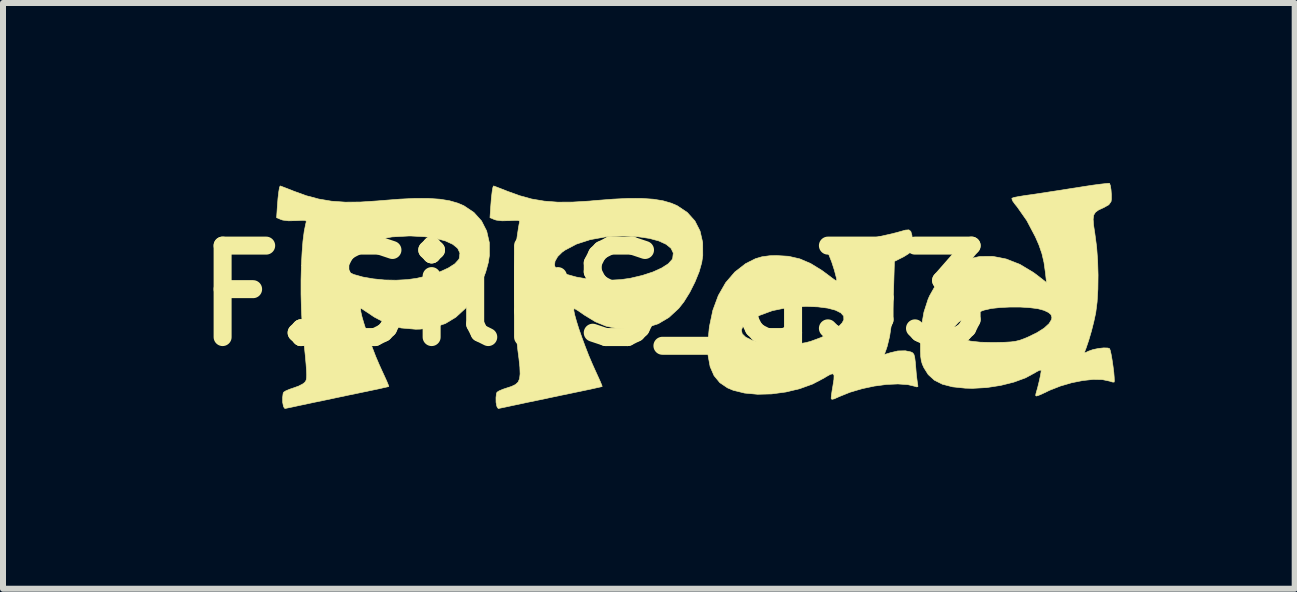
<source format=kicad_pcb>
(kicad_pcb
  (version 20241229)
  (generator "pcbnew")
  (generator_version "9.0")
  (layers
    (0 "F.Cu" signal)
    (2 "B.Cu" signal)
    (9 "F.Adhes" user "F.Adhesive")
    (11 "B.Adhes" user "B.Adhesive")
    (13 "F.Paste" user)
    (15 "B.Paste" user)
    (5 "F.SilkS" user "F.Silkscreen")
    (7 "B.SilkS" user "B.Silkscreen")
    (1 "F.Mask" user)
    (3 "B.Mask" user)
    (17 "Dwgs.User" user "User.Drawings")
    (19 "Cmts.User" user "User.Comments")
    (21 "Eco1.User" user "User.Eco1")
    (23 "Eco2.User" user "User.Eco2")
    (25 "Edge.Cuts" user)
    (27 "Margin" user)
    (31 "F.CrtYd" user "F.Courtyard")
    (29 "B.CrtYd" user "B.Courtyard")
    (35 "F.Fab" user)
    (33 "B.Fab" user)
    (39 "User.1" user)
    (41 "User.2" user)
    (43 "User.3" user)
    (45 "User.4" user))
  (footprint "F.SilkS_g33"
    (layer "F.Cu")
    (at 6.865 1.878)
    (property "Reference" "F.SilkS_g33" (at 0 0 0) (layer "F.SilkS") (effects (font (size 1.524 1.524) (thickness 0.3))))
    (attr through_hole)
    (fp_poly (pts (xy 5.264 -1.072) (xy 5.282 -1.011) (xy 5.292 -0.936) (xy 5.298 -0.831) (xy 5.281 -0.758) (xy 5.232 -0.703) (xy 5.145 -0.649) (xy 5.131 -0.642) (xy 4.991 -0.572) (xy 4.976 -0.064) (xy 4.962 0.229) (xy 4.941 0.475) (xy 4.911 0.678) (xy 4.872 0.84) (xy 4.85 0.906) (xy 4.832 0.955) (xy 4.826 0.977) (xy 4.847 0.974) (xy 4.9 0.958) (xy 4.921 0.951) (xy 5.047 0.921) (xy 5.173 0.918) (xy 5.266 0.938) (xy 5.296 0.953) (xy 5.316 0.979) (xy 5.329 1.026) (xy 5.339 1.105) (xy 5.346 1.186) (xy 5.355 1.295) (xy 5.366 1.391) (xy 5.375 1.458) (xy 5.378 1.471) (xy 5.383 1.514) (xy 5.362 1.52) (xy 5.344 1.513) (xy 5.214 1.482) (xy 5.049 1.471) (xy 4.86 1.479) (xy 4.657 1.506) (xy 4.45 1.55) (xy 4.251 1.609) (xy 4.07 1.682) (xy 4.059 1.687) (xy 3.988 1.719) (xy 3.95 1.727) (xy 3.938 1.714) (xy 3.937 1.707) (xy 3.941 1.662) (xy 3.952 1.586) (xy 3.965 1.509) (xy 3.983 1.396) (xy 3.985 1.328) (xy 3.967 1.301) (xy 3.925 1.31) (xy 3.853 1.35) (xy 3.818 1.372) (xy 3.628 1.472) (xy 3.412 1.55) (xy 3.181 1.605) (xy 2.944 1.637) (xy 2.712 1.643) (xy 2.495 1.623) (xy 2.304 1.576) (xy 2.209 1.536) (xy 2.081 1.449) (xy 1.985 1.332) (xy 1.92 1.183) (xy 1.886 0.999) (xy 1.882 0.777) (xy 1.902 0.572) (xy 2.44 0.572) (xy 2.455 0.636) (xy 2.513 0.692) (xy 2.612 0.74) (xy 2.751 0.777) (xy 2.927 0.801) (xy 3.139 0.811) (xy 3.141 0.811) (xy 3.295 0.809) (xy 3.416 0.799) (xy 3.521 0.781) (xy 3.598 0.76) (xy 3.771 0.696) (xy 3.921 0.621) (xy 4.04 0.538) (xy 4.12 0.453) (xy 4.148 0.401) (xy 4.146 0.34) (xy 4.098 0.286) (xy 4.008 0.241) (xy 3.88 0.207) (xy 3.718 0.186) (xy 3.525 0.178) (xy 3.517 0.178) (xy 3.222 0.195) (xy 2.954 0.25) (xy 2.705 0.342) (xy 2.673 0.358) (xy 2.547 0.431) (xy 2.47 0.504) (xy 2.44 0.572) (xy 1.902 0.572) (xy 1.907 0.52) (xy 1.965 0.244) (xy 2.056 -0.002) (xy 2.179 -0.217) (xy 2.332 -0.395) (xy 2.511 -0.534) (xy 2.674 -0.616) (xy 2.785 -0.649) (xy 2.914 -0.666) (xy 3.023 -0.669) (xy 3.226 -0.657) (xy 3.413 -0.614) (xy 3.594 -0.537) (xy 3.781 -0.422) (xy 3.872 -0.355) (xy 3.954 -0.293) (xy 4.002 -0.259) (xy 4.025 -0.251) (xy 4.03 -0.266) (xy 4.024 -0.297) (xy 3.99 -0.427) (xy 3.946 -0.563) (xy 3.899 -0.682) (xy 3.882 -0.718) (xy 3.857 -0.772) (xy 3.852 -0.805) (xy 3.876 -0.825) (xy 3.936 -0.839) (xy 4.026 -0.851) (xy 4.134 -0.867) (xy 4.275 -0.892) (xy 4.435 -0.922) (xy 4.602 -0.956) (xy 4.764 -0.99) (xy 4.91 -1.023) (xy 5.025 -1.051) (xy 5.079 -1.066) (xy 5.174 -1.093) (xy 5.232 -1.097) (xy 5.264 -1.072)) (stroke (width 0.01) (type solid)) (fill yes) (layer "F.SilkS"))
    (fp_poly (pts (xy -1.663 -1.82) (xy -1.601 -1.796) (xy -1.513 -1.762) (xy -1.466 -1.743) (xy -1.256 -1.667) (xy -1.053 -1.611) (xy -0.844 -1.576) (xy -0.622 -1.559) (xy -0.374 -1.56) (xy -0.09 -1.577) (xy -0.005 -1.585) (xy 0.301 -1.609) (xy 0.562 -1.622) (xy 0.785 -1.621) (xy 0.974 -1.608) (xy 1.134 -1.582) (xy 1.272 -1.542) (xy 1.372 -1.499) (xy 1.539 -1.387) (xy 1.666 -1.246) (xy 1.752 -1.077) (xy 1.796 -0.884) (xy 1.797 -0.669) (xy 1.78 -0.553) (xy 1.737 -0.4) (xy 1.667 -0.228) (xy 1.58 -0.055) (xy 1.483 0.101) (xy 1.397 0.211) (xy 1.234 0.361) (xy 1.056 0.467) (xy 0.857 0.532) (xy 0.629 0.558) (xy 0.573 0.558) (xy 0.366 0.546) (xy 0.184 0.507) (xy 0.009 0.435) (xy -0.172 0.325) (xy -0.215 0.295) (xy -0.282 0.249) (xy -0.331 0.22) (xy -0.349 0.214) (xy -0.352 0.248) (xy -0.337 0.321) (xy -0.308 0.425) (xy -0.268 0.553) (xy -0.218 0.696) (xy -0.162 0.847) (xy -0.103 0.999) (xy -0.042 1.142) (xy 0.003 1.242) (xy 0.051 1.347) (xy 0.09 1.433) (xy 0.114 1.492) (xy 0.121 1.513) (xy 0.095 1.52) (xy 0.027 1.535) (xy -0.075 1.558) (xy -0.205 1.585) (xy -0.353 1.616) (xy -0.381 1.622) (xy -0.566 1.66) (xy -0.764 1.702) (xy -0.958 1.743) (xy -1.133 1.779) (xy -1.239 1.802) (xy -1.368 1.829) (xy -1.478 1.853) (xy -1.56 1.87) (xy -1.605 1.879) (xy -1.611 1.88) (xy -1.627 1.86) (xy -1.636 1.839) (xy -1.648 1.777) (xy -1.649 1.699) (xy -1.641 1.632) (xy -1.632 1.609) (xy -1.598 1.587) (xy -1.532 1.559) (xy -1.475 1.54) (xy -1.389 1.512) (xy -1.325 1.481) (xy -1.281 1.441) (xy -1.256 1.384) (xy -1.247 1.304) (xy -1.251 1.192) (xy -1.267 1.043) (xy -1.284 0.914) (xy -1.304 0.728) (xy -1.32 0.51) (xy -1.332 0.272) (xy -1.339 0.024) (xy -1.341 -0.221) (xy -1.338 -0.453) (xy -1.336 -0.505) (xy -0.674 -0.505) (xy -0.657 -0.466) (xy -0.58 -0.405) (xy -0.462 -0.353) (xy -0.312 -0.311) (xy -0.139 -0.281) (xy 0.049 -0.262) (xy 0.242 -0.258) (xy 0.431 -0.268) (xy 0.588 -0.29) (xy 0.791 -0.338) (xy 0.968 -0.396) (xy 1.113 -0.462) (xy 1.222 -0.532) (xy 1.287 -0.604) (xy 1.296 -0.625) (xy 1.306 -0.711) (xy 1.269 -0.789) (xy 1.188 -0.856) (xy 1.067 -0.912) (xy 0.909 -0.955) (xy 0.717 -0.983) (xy 0.495 -0.995) (xy 0.449 -0.995) (xy 0.174 -0.98) (xy -0.08 -0.934) (xy -0.306 -0.861) (xy -0.496 -0.761) (xy -0.547 -0.725) (xy -0.621 -0.652) (xy -0.665 -0.575) (xy -0.674 -0.505) (xy -1.336 -0.505) (xy -1.33 -0.661) (xy -1.316 -0.833) (xy -1.311 -0.881) (xy -1.294 -1.003) (xy -1.278 -1.109) (xy -1.265 -1.187) (xy -1.256 -1.226) (xy -1.256 -1.227) (xy -1.256 -1.245) (xy -1.281 -1.255) (xy -1.341 -1.255) (xy -1.42 -1.251) (xy -1.549 -1.248) (xy -1.646 -1.26) (xy -1.674 -1.269) (xy -1.749 -1.3) (xy -1.737 -1.482) (xy -1.726 -1.624) (xy -1.713 -1.733) (xy -1.701 -1.803) (xy -1.69 -1.829) (xy -1.689 -1.829) (xy -1.663 -1.82)) (stroke (width 0.01) (type solid)) (fill yes) (layer "F.SilkS"))
    (fp_poly (pts (xy -5.219 -1.82) (xy -5.157 -1.796) (xy -5.069 -1.762) (xy -5.022 -1.743) (xy -4.81 -1.666) (xy -4.603 -1.611) (xy -4.39 -1.575) (xy -4.162 -1.559) (xy -3.908 -1.561) (xy -3.618 -1.58) (xy -3.561 -1.585) (xy -3.255 -1.609) (xy -2.994 -1.622) (xy -2.771 -1.621) (xy -2.582 -1.608) (xy -2.422 -1.582) (xy -2.284 -1.542) (xy -2.184 -1.499) (xy -2.017 -1.387) (xy -1.89 -1.246) (xy -1.804 -1.077) (xy -1.76 -0.884) (xy -1.759 -0.67) (xy -1.777 -0.553) (xy -1.822 -0.39) (xy -1.894 -0.212) (xy -1.985 -0.036) (xy -2.085 0.12) (xy -2.155 0.208) (xy -2.318 0.358) (xy -2.493 0.464) (xy -2.688 0.529) (xy -2.912 0.557) (xy -2.986 0.559) (xy -3.23 0.538) (xy -3.454 0.473) (xy -3.67 0.36) (xy -3.701 0.34) (xy -3.784 0.284) (xy -3.851 0.24) (xy -3.891 0.213) (xy -3.895 0.211) (xy -3.906 0.22) (xy -3.901 0.27) (xy -3.882 0.353) (xy -3.85 0.462) (xy -3.809 0.59) (xy -3.761 0.73) (xy -3.707 0.874) (xy -3.652 1.017) (xy -3.595 1.15) (xy -3.557 1.234) (xy -3.508 1.34) (xy -3.468 1.428) (xy -3.443 1.489) (xy -3.435 1.513) (xy -3.435 1.513) (xy -3.461 1.52) (xy -3.529 1.535) (xy -3.631 1.558) (xy -3.761 1.585) (xy -3.909 1.616) (xy -3.937 1.622) (xy -4.122 1.66) (xy -4.32 1.702) (xy -4.514 1.743) (xy -4.689 1.779) (xy -4.795 1.802) (xy -4.924 1.829) (xy -5.034 1.853) (xy -5.116 1.87) (xy -5.161 1.879) (xy -5.167 1.88) (xy -5.183 1.86) (xy -5.192 1.839) (xy -5.204 1.777) (xy -5.205 1.699) (xy -5.197 1.632) (xy -5.188 1.609) (xy -5.154 1.587) (xy -5.088 1.559) (xy -5.026 1.538) (xy -4.939 1.507) (xy -4.868 1.47) (xy -4.838 1.447) (xy -4.823 1.428) (xy -4.812 1.404) (xy -4.806 1.37) (xy -4.804 1.319) (xy -4.807 1.245) (xy -4.814 1.144) (xy -4.826 1.009) (xy -4.844 0.834) (xy -4.864 0.648) (xy -4.881 0.44) (xy -4.892 0.213) (xy -4.898 -0.024) (xy -4.898 -0.263) (xy -4.892 -0.496) (xy -4.892 -0.505) (xy -4.23 -0.505) (xy -4.213 -0.466) (xy -4.136 -0.405) (xy -4.018 -0.353) (xy -3.868 -0.311) (xy -3.695 -0.281) (xy -3.507 -0.262) (xy -3.314 -0.258) (xy -3.125 -0.268) (xy -2.968 -0.29) (xy -2.765 -0.338) (xy -2.588 -0.396) (xy -2.443 -0.462) (xy -2.334 -0.532) (xy -2.269 -0.604) (xy -2.26 -0.625) (xy -2.25 -0.711) (xy -2.287 -0.789) (xy -2.368 -0.856) (xy -2.489 -0.912) (xy -2.647 -0.955) (xy -2.839 -0.983) (xy -3.061 -0.995) (xy -3.107 -0.995) (xy -3.382 -0.98) (xy -3.636 -0.934) (xy -3.862 -0.861) (xy -4.052 -0.761) (xy -4.103 -0.725) (xy -4.177 -0.652) (xy -4.221 -0.575) (xy -4.23 -0.505) (xy -4.892 -0.505) (xy -4.881 -0.715) (xy -4.866 -0.91) (xy -4.845 -1.073) (xy -4.82 -1.196) (xy -4.814 -1.218) (xy -4.811 -1.241) (xy -4.827 -1.254) (xy -4.873 -1.256) (xy -4.957 -1.252) (xy -4.977 -1.251) (xy -5.105 -1.248) (xy -5.202 -1.26) (xy -5.23 -1.269) (xy -5.305 -1.3) (xy -5.293 -1.482) (xy -5.282 -1.624) (xy -5.269 -1.733) (xy -5.257 -1.803) (xy -5.246 -1.829) (xy -5.245 -1.829) (xy -5.219 -1.82)) (stroke (width 0.01) (type solid)) (fill yes) (layer "F.SilkS"))
    (fp_poly (pts (xy 8.576 -1.872) (xy 8.59 -1.834) (xy 8.601 -1.765) (xy 8.607 -1.684) (xy 8.607 -1.609) (xy 8.602 -1.57) (xy 8.564 -1.516) (xy 8.478 -1.467) (xy 8.47 -1.464) (xy 8.394 -1.429) (xy 8.342 -1.392) (xy 8.313 -1.344) (xy 8.303 -1.275) (xy 8.31 -1.177) (xy 8.331 -1.039) (xy 8.334 -1.016) (xy 8.361 -0.812) (xy 8.378 -0.583) (xy 8.385 -0.344) (xy 8.382 -0.11) (xy 8.369 0.105) (xy 8.346 0.285) (xy 8.315 0.429) (xy 8.275 0.588) (xy 8.229 0.744) (xy 8.184 0.877) (xy 8.167 0.92) (xy 8.159 0.947) (xy 8.175 0.949) (xy 8.225 0.925) (xy 8.298 0.899) (xy 8.388 0.88) (xy 8.477 0.87) (xy 8.547 0.872) (xy 8.576 0.881) (xy 8.588 0.912) (xy 8.603 0.979) (xy 8.619 1.071) (xy 8.634 1.174) (xy 8.647 1.275) (xy 8.654 1.362) (xy 8.656 1.421) (xy 8.653 1.44) (xy 8.625 1.439) (xy 8.574 1.423) (xy 8.456 1.398) (xy 8.304 1.395) (xy 8.129 1.414) (xy 7.943 1.451) (xy 7.756 1.506) (xy 7.578 1.576) (xy 7.555 1.587) (xy 7.453 1.636) (xy 7.389 1.663) (xy 7.356 1.672) (xy 7.345 1.663) (xy 7.349 1.638) (xy 7.35 1.632) (xy 7.378 1.533) (xy 7.403 1.431) (xy 7.423 1.34) (xy 7.435 1.272) (xy 7.437 1.242) (xy 7.414 1.241) (xy 7.364 1.265) (xy 7.333 1.284) (xy 7.176 1.369) (xy 6.982 1.44) (xy 6.762 1.495) (xy 6.529 1.531) (xy 6.295 1.544) (xy 6.172 1.541) (xy 5.96 1.519) (xy 5.79 1.475) (xy 5.657 1.408) (xy 5.554 1.314) (xy 5.483 1.201) (xy 5.456 1.141) (xy 5.439 1.083) (xy 5.429 1.013) (xy 5.425 0.918) (xy 5.425 0.787) (xy 5.437 0.578) (xy 5.97 0.578) (xy 5.992 0.639) (xy 6.034 0.677) (xy 6.132 0.724) (xy 6.259 0.757) (xy 6.422 0.775) (xy 6.627 0.78) (xy 6.693 0.779) (xy 6.832 0.776) (xy 6.935 0.77) (xy 7.014 0.759) (xy 7.083 0.742) (xy 7.156 0.715) (xy 7.216 0.69) (xy 7.366 0.617) (xy 7.486 0.541) (xy 7.569 0.465) (xy 7.611 0.395) (xy 7.615 0.359) (xy 7.6 0.315) (xy 7.56 0.28) (xy 7.482 0.243) (xy 7.48 0.243) (xy 7.381 0.216) (xy 7.245 0.199) (xy 7.086 0.189) (xy 6.917 0.189) (xy 6.753 0.197) (xy 6.605 0.213) (xy 6.49 0.239) (xy 6.311 0.302) (xy 6.167 0.371) (xy 6.06 0.441) (xy 5.994 0.511) (xy 5.97 0.578) (xy 5.437 0.578) (xy 5.441 0.514) (xy 5.483 0.274) (xy 5.553 0.057) (xy 5.578 0.001) (xy 5.7 -0.215) (xy 5.849 -0.389) (xy 6.021 -0.52) (xy 6.211 -0.609) (xy 6.416 -0.654) (xy 6.633 -0.655) (xy 6.856 -0.611) (xy 7.084 -0.521) (xy 7.31 -0.385) (xy 7.376 -0.336) (xy 7.526 -0.219) (xy 7.508 -0.383) (xy 7.484 -0.554) (xy 7.45 -0.7) (xy 7.4 -0.845) (xy 7.34 -0.982) (xy 7.197 -1.253) (xy 7.037 -1.481) (xy 7.004 -1.521) (xy 6.964 -1.576) (xy 6.948 -1.616) (xy 6.951 -1.625) (xy 6.984 -1.637) (xy 7.055 -1.651) (xy 7.152 -1.667) (xy 7.201 -1.674) (xy 7.296 -1.687) (xy 7.429 -1.707) (xy 7.59 -1.732) (xy 7.767 -1.759) (xy 7.948 -1.788) (xy 7.995 -1.795) (xy 8.159 -1.821) (xy 8.305 -1.843) (xy 8.427 -1.859) (xy 8.517 -1.869) (xy 8.568 -1.873) (xy 8.576 -1.872)) (stroke (width 0.01) (type solid)) (fill yes) (layer "F.SilkS")))
  (gr_rect
    (start -3 -3)
    (end 18.527 6.762)
    (stroke (width 0.1) (type default))
    (fill no)
    (layer "Edge.Cuts")))
</source>
